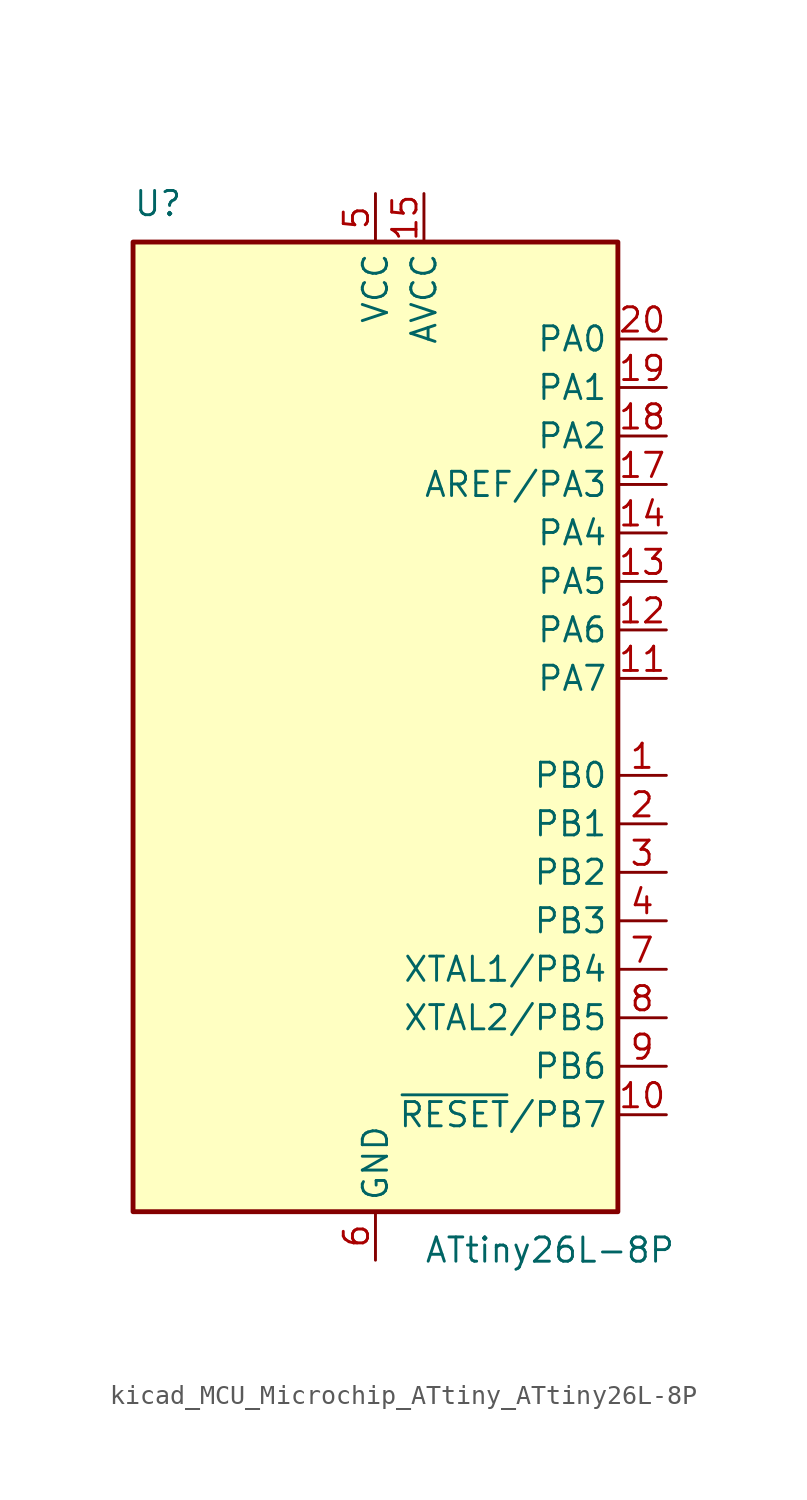
<source format=kicad_sym>
(kicad_symbol_lib
  (version 20220914)
  (generator kicad_symbol_editor)
  (symbol "kicad_MCU_Microchip_ATtiny_ATtiny26L-8P"
    (property "Reference" "U"
      (at -12.7 26.67 0)
      (effects (font (size 1.27 1.27)) (justify left bottom)))
    (property "Value" "ATtiny26L-8P"
      (at 2.54 -26.67 0)
      (effects (font (size 1.27 1.27)) (justify left top)))
    (symbol "kicad_MCU_Microchip_ATtiny_ATtiny26L-8P_0_1"
      (rectangle (start -12.7 -25.4) (end 12.7 25.4) (stroke (width 0.254) (type default)) (fill (type background))))
    (symbol "kicad_MCU_Microchip_ATtiny_ATtiny26L-8P_1_1"
      (pin bidirectional line (at 15.24 -2.54 180) (length 2.54) (name "PB0" (effects (font (size 1.27 1.27)))) (number "1" (effects (font (size 1.27 1.27)))))
      (pin bidirectional line (at 15.24 -20.32 180) (length 2.54) (name "~{RESET}/PB7" (effects (font (size 1.27 1.27)))) (number "10" (effects (font (size 1.27 1.27)))))
      (pin bidirectional line (at 15.24 2.54 180) (length 2.54) (name "PA7" (effects (font (size 1.27 1.27)))) (number "11" (effects (font (size 1.27 1.27)))))
      (pin bidirectional line (at 15.24 5.08 180) (length 2.54) (name "PA6" (effects (font (size 1.27 1.27)))) (number "12" (effects (font (size 1.27 1.27)))))
      (pin bidirectional line (at 15.24 7.62 180) (length 2.54) (name "PA5" (effects (font (size 1.27 1.27)))) (number "13" (effects (font (size 1.27 1.27)))))
      (pin bidirectional line (at 15.24 10.16 180) (length 2.54) (name "PA4" (effects (font (size 1.27 1.27)))) (number "14" (effects (font (size 1.27 1.27)))))
      (pin power_in line (at 2.54 27.94 270) (length 2.54) (name "AVCC" (effects (font (size 1.27 1.27)))) (number "15" (effects (font (size 1.27 1.27)))))
      (pin passive line (at 0 -27.94 90) (length 2.54) hide (name "GND" (effects (font (size 1.27 1.27)))) (number "16" (effects (font (size 1.27 1.27)))))
      (pin bidirectional line (at 15.24 12.7 180) (length 2.54) (name "AREF/PA3" (effects (font (size 1.27 1.27)))) (number "17" (effects (font (size 1.27 1.27)))))
      (pin bidirectional line (at 15.24 15.24 180) (length 2.54) (name "PA2" (effects (font (size 1.27 1.27)))) (number "18" (effects (font (size 1.27 1.27)))))
      (pin bidirectional line (at 15.24 17.78 180) (length 2.54) (name "PA1" (effects (font (size 1.27 1.27)))) (number "19" (effects (font (size 1.27 1.27)))))
      (pin bidirectional line (at 15.24 -5.08 180) (length 2.54) (name "PB1" (effects (font (size 1.27 1.27)))) (number "2" (effects (font (size 1.27 1.27)))))
      (pin bidirectional line (at 15.24 20.32 180) (length 2.54) (name "PA0" (effects (font (size 1.27 1.27)))) (number "20" (effects (font (size 1.27 1.27)))))
      (pin bidirectional line (at 15.24 -7.62 180) (length 2.54) (name "PB2" (effects (font (size 1.27 1.27)))) (number "3" (effects (font (size 1.27 1.27)))))
      (pin bidirectional line (at 15.24 -10.16 180) (length 2.54) (name "PB3" (effects (font (size 1.27 1.27)))) (number "4" (effects (font (size 1.27 1.27)))))
      (pin power_in line (at 0 27.94 270) (length 2.54) (name "VCC" (effects (font (size 1.27 1.27)))) (number "5" (effects (font (size 1.27 1.27)))))
      (pin power_in line (at 0 -27.94 90) (length 2.54) (name "GND" (effects (font (size 1.27 1.27)))) (number "6" (effects (font (size 1.27 1.27)))))
      (pin bidirectional line (at 15.24 -12.7 180) (length 2.54) (name "XTAL1/PB4" (effects (font (size 1.27 1.27)))) (number "7" (effects (font (size 1.27 1.27)))))
      (pin bidirectional line (at 15.24 -15.24 180) (length 2.54) (name "XTAL2/PB5" (effects (font (size 1.27 1.27)))) (number "8" (effects (font (size 1.27 1.27)))))
      (pin bidirectional line (at 15.24 -17.78 180) (length 2.54) (name "PB6" (effects (font (size 1.27 1.27)))) (number "9" (effects (font (size 1.27 1.27))))))))
</source>
